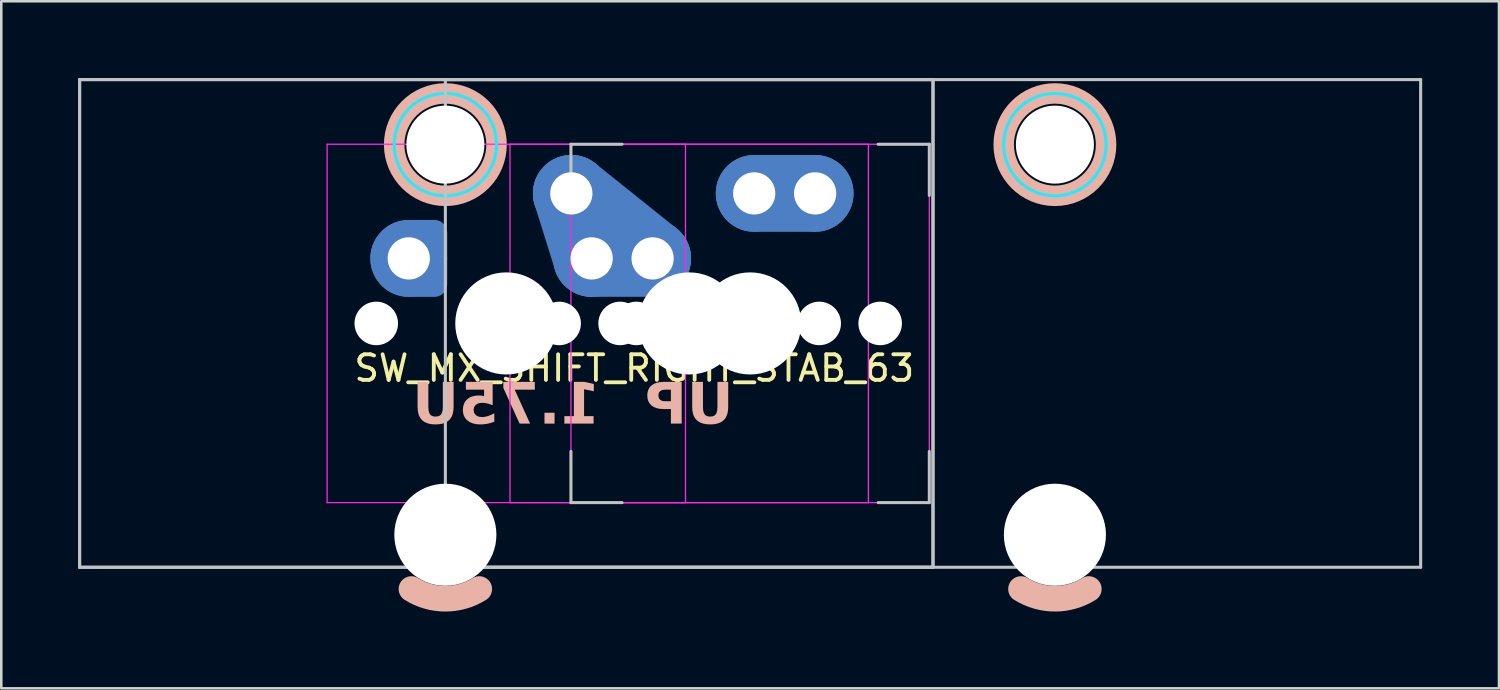
<source format=kicad_pcb>
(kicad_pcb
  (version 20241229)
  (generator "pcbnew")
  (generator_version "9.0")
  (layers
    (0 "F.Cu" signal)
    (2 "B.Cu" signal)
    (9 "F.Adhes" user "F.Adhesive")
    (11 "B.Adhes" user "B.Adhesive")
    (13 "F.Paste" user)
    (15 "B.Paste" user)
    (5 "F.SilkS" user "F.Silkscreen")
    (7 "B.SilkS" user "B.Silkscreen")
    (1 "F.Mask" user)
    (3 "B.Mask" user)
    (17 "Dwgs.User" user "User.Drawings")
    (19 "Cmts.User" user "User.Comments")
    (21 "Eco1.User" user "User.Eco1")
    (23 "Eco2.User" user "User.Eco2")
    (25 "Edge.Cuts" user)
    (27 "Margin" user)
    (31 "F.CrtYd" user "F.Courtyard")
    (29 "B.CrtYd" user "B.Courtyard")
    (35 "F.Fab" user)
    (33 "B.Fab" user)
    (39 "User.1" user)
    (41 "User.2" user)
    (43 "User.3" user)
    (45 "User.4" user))
  (footprint "SW_MX_SHIFT_RIGHT_STAB_63"
    (layer "F.Cu")
    (at 16.729 9.585)
    (property "Reference" "SW_MX_SHIFT_RIGHT_STAB_63" (at 5 1.75 0) (layer "F.SilkS") (effects (font (size 1 1) (thickness 0.15))))
    (attr through_hole exclude_from_pos_files exclude_from_bom)
    (fp_arc (start -1.056252 10.374995) (mid -2.38125 10.755) (end -3.706248 10.374995) (stroke (width 1) (type default)) (layer "B.SilkS"))
    (fp_arc (start 22.756248 10.374995) (mid 21.43125 10.755) (end 20.106252 10.374995) (stroke (width 1) (type default)) (layer "B.SilkS"))
    (fp_circle (center -2.381 -6.985) (end -4.381 -6.985) (stroke (width 0.8) (type solid)) (fill no) (layer "B.SilkS"))
    (fp_circle (center 21.431 -6.985) (end 19.431 -6.985) (stroke (width 0.8) (type solid)) (fill no) (layer "B.SilkS"))
    (fp_line (start -16.669 -9.525) (end -16.669 9.525) (stroke (width 0.12) (type solid)) (layer "Dwgs.User"))
    (fp_line (start -16.669 -9.525) (end -16.669 9.525) (stroke (width 0.12) (type solid)) (layer "Dwgs.User"))
    (fp_line (start -16.669 -9.525) (end 35.719 -9.525) (stroke (width 0.12) (type solid)) (layer "Dwgs.User"))
    (fp_line (start -16.669 9.525) (end 16.669 9.525) (stroke (width 0.12) (type solid)) (layer "Dwgs.User"))
    (fp_line (start -16.669 9.525) (end 35.719 9.525) (stroke (width 0.12) (type solid)) (layer "Dwgs.User"))
    (fp_line (start -2.381 -9.525) (end -2.381 9.525) (stroke (width 0.12) (type solid)) (layer "Dwgs.User"))
    (fp_line (start -2.381 9.525) (end 16.669 9.525) (stroke (width 0.12) (type solid)) (layer "Dwgs.User"))
    (fp_line (start 2.525 -7) (end 4.525 -7) (stroke (width 0.12) (type solid)) (layer "Dwgs.User"))
    (fp_line (start 2.525 -5) (end 2.525 -7) (stroke (width 0.12) (type solid)) (layer "Dwgs.User"))
    (fp_line (start 2.525 7) (end 2.525 5) (stroke (width 0.12) (type solid)) (layer "Dwgs.User"))
    (fp_line (start 4.525 7) (end 2.525 7) (stroke (width 0.12) (type solid)) (layer "Dwgs.User"))
    (fp_line (start 14.525 -7) (end 16.525 -7) (stroke (width 0.12) (type solid)) (layer "Dwgs.User"))
    (fp_line (start 14.525 7) (end 16.525 7) (stroke (width 0.12) (type solid)) (layer "Dwgs.User"))
    (fp_line (start 16.525 -7) (end 16.525 -5) (stroke (width 0.12) (type solid)) (layer "Dwgs.User"))
    (fp_line (start 16.525 7) (end 16.525 5) (stroke (width 0.12) (type solid)) (layer "Dwgs.User"))
    (fp_line (start 16.669 -9.525) (end -16.669 -9.525) (stroke (width 0.12) (type solid)) (layer "Dwgs.User"))
    (fp_line (start 16.669 -9.525) (end -2.381 -9.525) (stroke (width 0.12) (type solid)) (layer "Dwgs.User"))
    (fp_line (start 16.669 9.525) (end 16.669 -9.525) (stroke (width 0.12) (type solid)) (layer "Dwgs.User"))
    (fp_line (start 16.669 9.525) (end 16.669 -9.525) (stroke (width 0.12) (type solid)) (layer "Dwgs.User"))
    (fp_line (start 35.719 -9.525) (end 35.719 9.525) (stroke (width 0.12) (type solid)) (layer "Dwgs.User"))
    (fp_circle (center -3.81 -2.54) (end -3.81 -2.29) (stroke (width 0.1) (type default)) (fill no) (layer "Cmts.User"))
    (fp_line (start -7 6.5) (end -7 -6.5) (stroke (width 0.05) (type solid)) (layer "Eco2.User"))
    (fp_line (start -6.5 -7) (end 6.5 -7) (stroke (width 0.05) (type solid)) (layer "Eco2.User"))
    (fp_line (start -5.756 -5.5) (end -5.756 7.5) (stroke (width 0.05) (type solid)) (layer "Eco2.User"))
    (fp_line (start -5.256 -6) (end 0.494 -6) (stroke (width 0.05) (type solid)) (layer "Eco2.User"))
    (fp_line (start -5.256 8) (end 0.494 8) (stroke (width 0.05) (type solid)) (layer "Eco2.User"))
    (fp_line (start 0.144 6.5) (end 0.144 -6.5) (stroke (width 0.05) (type solid)) (layer "Eco2.User"))
    (fp_line (start 0.644 -7) (end 13.644 -7) (stroke (width 0.05) (type solid)) (layer "Eco2.User"))
    (fp_line (start 0.994 -5.5) (end 0.994 7.5) (stroke (width 0.05) (type solid)) (layer "Eco2.User"))
    (fp_line (start 2.525 6.5) (end 2.525 -6.5) (stroke (width 0.05) (type solid)) (layer "Eco2.User"))
    (fp_line (start 3.025 -7) (end 16.025 -7) (stroke (width 0.05) (type solid)) (layer "Eco2.User"))
    (fp_line (start 6.5 7) (end -6.5 7) (stroke (width 0.05) (type solid)) (layer "Eco2.User"))
    (fp_line (start 7 -6.5) (end 7 6.5) (stroke (width 0.05) (type solid)) (layer "Eco2.User"))
    (fp_line (start 13.644 7) (end 0.644 7) (stroke (width 0.05) (type solid)) (layer "Eco2.User"))
    (fp_line (start 14.144 -6.5) (end 14.144 6.5) (stroke (width 0.05) (type solid)) (layer "Eco2.User"))
    (fp_line (start 16.025 7) (end 3.025 7) (stroke (width 0.05) (type solid)) (layer "Eco2.User"))
    (fp_line (start 16.525 -6.5) (end 16.525 6.5) (stroke (width 0.05) (type solid)) (layer "Eco2.User"))
    (fp_line (start 18.056 -5.5) (end 18.056 7.5) (stroke (width 0.05) (type solid)) (layer "Eco2.User"))
    (fp_line (start 18.556 -6) (end 24.305 -6) (stroke (width 0.05) (type solid)) (layer "Eco2.User"))
    (fp_line (start 18.556 8) (end 24.306 8) (stroke (width 0.05) (type solid)) (layer "Eco2.User"))
    (fp_line (start 24.805 -5.5) (end 24.806 7.5) (stroke (width 0.05) (type solid)) (layer "Eco2.User"))
    (fp_arc (start -7 -6.5) (mid -6.853553 -6.853553) (end -6.5 -7) (stroke (width 0.05) (type solid)) (layer "Eco2.User"))
    (fp_arc (start -6.5 7) (mid -6.853553 6.853553) (end -7 6.5) (stroke (width 0.05) (type solid)) (layer "Eco2.User"))
    (fp_arc (start -5.75625 -5.499999) (mid -5.609803 -5.853552) (end -5.25625 -5.999999) (stroke (width 0.05) (type solid)) (layer "Eco2.User"))
    (fp_arc (start -5.25625 8.000001) (mid -5.609803 7.853554) (end -5.75625 7.500001) (stroke (width 0.05) (type solid)) (layer "Eco2.User"))
    (fp_arc (start 0.14375 -6.5) (mid 0.290197 -6.853553) (end 0.64375 -7) (stroke (width 0.05) (type solid)) (layer "Eco2.User"))
    (fp_arc (start 0.49375 -5.999999) (mid 0.847303 -5.853552) (end 0.99375 -5.499999) (stroke (width 0.05) (type solid)) (layer "Eco2.User"))
    (fp_arc (start 0.64375 7) (mid 0.290197 6.853553) (end 0.14375 6.5) (stroke (width 0.05) (type solid)) (layer "Eco2.User"))
    (fp_arc (start 0.99375 7.500001) (mid 0.847303 7.853554) (end 0.49375 8.000001) (stroke (width 0.05) (type solid)) (layer "Eco2.User"))
    (fp_arc (start 2.525 -6.5) (mid 2.671447 -6.853553) (end 3.025 -7) (stroke (width 0.05) (type solid)) (layer "Eco2.User"))
    (fp_arc (start 3.025 7) (mid 2.671447 6.853553) (end 2.525 6.5) (stroke (width 0.05) (type solid)) (layer "Eco2.User"))
    (fp_arc (start 6.5 -7) (mid 6.853553 -6.853553) (end 7 -6.5) (stroke (width 0.05) (type solid)) (layer "Eco2.User"))
    (fp_arc (start 6.997236 6.498884) (mid 6.850806 6.852454) (end 6.497236 6.998884) (stroke (width 0.05) (type solid)) (layer "Eco2.User"))
    (fp_arc (start 13.64375 -7) (mid 13.997303 -6.853553) (end 14.14375 -6.5) (stroke (width 0.05) (type solid)) (layer "Eco2.User"))
    (fp_arc (start 14.140986 6.498884) (mid 13.994534 6.852432) (end 13.640986 6.998884) (stroke (width 0.05) (type solid)) (layer "Eco2.User"))
    (fp_arc (start 16.025 -7) (mid 16.378553 -6.853553) (end 16.525 -6.5) (stroke (width 0.05) (type solid)) (layer "Eco2.User"))
    (fp_arc (start 16.522236 6.498884) (mid 16.375806 6.852455) (end 16.022236 6.998884) (stroke (width 0.05) (type solid)) (layer "Eco2.User"))
    (fp_arc (start 18.05625 -5.499999) (mid 18.202693 -5.853571) (end 18.55625 -5.999999) (stroke (width 0.05) (type solid)) (layer "Eco2.User"))
    (fp_arc (start 18.55625 8.000001) (mid 18.202729 7.853537) (end 18.05625 7.500001) (stroke (width 0.05) (type solid)) (layer "Eco2.User"))
    (fp_arc (start 24.305039 -5.999999) (mid 24.658567 -5.853539) (end 24.805039 -5.499999) (stroke (width 0.05) (type solid)) (layer "Eco2.User"))
    (fp_arc (start 24.80625 7.500001) (mid 24.659806 7.853571) (end 24.30625 8.000001) (stroke (width 0.05) (type solid)) (layer "Eco2.User"))
    (fp_circle (center -2.381 -6.985) (end -0.381 -6.985) (stroke (width 0.12) (type solid)) (fill no) (layer "B.CrtYd"))
    (fp_circle (center 21.431 -6.985) (end 23.431 -6.985) (stroke (width 0.12) (type solid)) (fill no) (layer "B.CrtYd"))
    (fp_line (start -7 -7) (end -7 7) (stroke (width 0.05) (type solid)) (layer "F.CrtYd"))
    (fp_line (start -7 7) (end 7 7) (stroke (width 0.05) (type solid)) (layer "F.CrtYd"))
    (fp_line (start 0.144 -7) (end 0.144 7) (stroke (width 0.05) (type solid)) (layer "F.CrtYd"))
    (fp_line (start 0.144 7) (end 14.144 7) (stroke (width 0.05) (type solid)) (layer "F.CrtYd"))
    (fp_line (start 2.525 -7) (end 2.525 7) (stroke (width 0.05) (type solid)) (layer "F.CrtYd"))
    (fp_line (start 2.525 7) (end 16.525 7) (stroke (width 0.05) (type solid)) (layer "F.CrtYd"))
    (fp_line (start 7 -7) (end -7 -7) (stroke (width 0.05) (type solid)) (layer "F.CrtYd"))
    (fp_line (start 7 7) (end 7 -7) (stroke (width 0.05) (type solid)) (layer "F.CrtYd"))
    (fp_line (start 14.144 -7) (end 0.144 -7) (stroke (width 0.05) (type solid)) (layer "F.CrtYd"))
    (fp_line (start 14.144 7) (end 14.144 -7) (stroke (width 0.05) (type solid)) (layer "F.CrtYd"))
    (fp_line (start 16.525 -7) (end 2.525 -7) (stroke (width 0.05) (type solid)) (layer "F.CrtYd"))
    (fp_line (start 16.525 7) (end 16.525 -7) (stroke (width 0.05) (type solid)) (layer "F.CrtYd"))
    (fp_text user "1.75U" (at 0 3.25 0) (layer "B.SilkS") (effects (font (face "Hitmo2.0") (size 1.6 1.6) (thickness 0.3) (bold yes)) (justify mirror)))
    (fp_text user "UP" (at 7.144 3.25 0) (layer "B.SilkS") (effects (font (face "Hitmo2.0") (size 1.6 1.6) (thickness 0.3) (bold yes)) (justify mirror)))
    (pad "" np_thru_hole circle (at -5.08 0) (size 1.7 1.7) (drill 1.7) (layers "*.Cu" "*.Mask"))
    (pad "" np_thru_hole circle (at -2.381 -6.985) (size 3.048 3.048) (drill 3.048) (layers "*.Cu" "*.Mask"))
    (pad "" np_thru_hole circle (at -2.381 8.255) (size 3.988 3.988) (drill 3.988) (layers "*.Cu" "*.Mask"))
    (pad "" np_thru_hole circle (at 0 0) (size 3.988 3.988) (drill 3.988) (layers "*.Cu" "*.Mask"))
    (pad "" np_thru_hole circle (at 2.064 0) (size 1.7 1.7) (drill 1.7) (layers "*.Cu" "*.Mask"))
    (pad "" np_thru_hole circle (at 4.445 0) (size 1.7 1.7) (drill 1.7) (layers "*.Cu" "*.Mask"))
    (pad "" np_thru_hole circle (at 5.08 0) (size 1.7 1.7) (drill 1.7) (layers "*.Cu" "*.Mask"))
    (pad "" np_thru_hole circle (at 7.144 0) (size 3.988 3.988) (drill 3.988) (layers "*.Cu" "*.Mask"))
    (pad "" np_thru_hole circle (at 9.525 0) (size 3.988 3.988) (drill 3.988) (layers "*.Cu" "*.Mask"))
    (pad "" np_thru_hole circle (at 12.224 0) (size 1.7 1.7) (drill 1.7) (layers "*.Cu" "*.Mask"))
    (pad "" np_thru_hole circle (at 14.605 0) (size 1.7 1.7) (drill 1.7) (layers "*.Cu" "*.Mask"))
    (pad "" np_thru_hole circle (at 21.431 -6.985) (size 3.048 3.048) (drill 3.048) (layers "*.Cu" "*.Mask"))
    (pad "" np_thru_hole circle (at 21.431 8.255) (size 3.988 3.988) (drill 3.988) (layers "*.Cu" "*.Mask"))
    (pad "1" thru_hole circle (at 2.54 -5.08) (size 2 2) (drill 1.65) (layers "*.Cu") (remove_unused_layers yes) (keep_end_layers yes) (zone_layer_connections))
    (pad "1" smd circle (at 2.54 -5.08) (size 2.7 2.7) (layers "B.Cu" "B.Mask"))
    (pad "1" smd circle (at 2.54 -5.08) (size 3 3) (layers "B.Cu"))
    (pad "1" smd oval (at 2.937 -3.81 197.4) (size 2 4.661) (layers "F.Cu"))
    (pad "1" smd oval (at 2.937 -3.81 197.4) (size 3 5.661) (layers "B.Cu"))
    (pad "1" thru_hole circle (at 3.334 -2.54) (size 2 2) (drill 1.65) (layers "*.Cu") (remove_unused_layers yes) (keep_end_layers yes) (zone_layer_connections))
    (pad "1" smd circle (at 3.334 -2.54) (size 2.7 2.7) (layers "B.Cu" "B.Mask"))
    (pad "1" smd circle (at 3.334 -2.54) (size 3 3) (layers "B.Cu"))
    (pad "1" smd oval (at 4.128 -3.81 321.3) (size 6.033 2) (layers "F.Cu"))
    (pad "1" smd oval (at 4.128 -3.81 321.3) (size 7.066 3) (layers "B.Cu"))
    (pad "1" smd oval (at 4.524 -2.54) (size 4.381 2) (layers "F.Cu"))
    (pad "1" smd oval (at 4.524 -2.54) (size 5.381 3) (layers "B.Cu"))
    (pad "1" thru_hole circle (at 5.715 -2.54) (size 2 2) (drill 1.65) (layers "*.Cu") (remove_unused_layers yes) (keep_end_layers yes) (zone_layer_connections))
    (pad "1" smd circle (at 5.715 -2.54) (size 2.7 2.7) (layers "B.Cu" "B.Mask"))
    (pad "1" smd circle (at 5.715 -2.54) (size 3 3) (layers "B.Cu"))
    (pad "2" thru_hole circle (at -3.81 -2.54) (size 2 2) (drill 1.65) (layers "*.Cu") (remove_unused_layers yes) (keep_end_layers yes) (zone_layer_connections))
    (pad "2" smd custom (at -3.81 -2.54) (size 2.7 2.7) (layers "B.Cu" "B.Mask") (options (anchor circle)) (primitives (gr_poly (pts (arc (start 0 1.35) (mid -1.35 0) (end 0 -1.35)) (arc (start 0.9 -1.35) (mid 1.218198 -1.218198) (end 1.35 -0.9)) (arc (start 1.35 0.9) (mid 1.218198 1.218198) (end 0.9 1.35))) (width 0.004) (fill yes))))
    (pad "2" smd circle (at -3.81 -2.54 180) (size 3 3) (layers "B.Cu"))
    (pad "2" smd custom (at -3.81 -2.54) (size 3 3) (layers "B.Cu") (options (anchor circle)) (primitives (gr_poly (pts (arc (start 0 1.5) (mid -1.5 0) (end 0 -1.5)) (arc (start 1 -1.5) (mid 1.353554 -1.353554) (end 1.5 -1)) (arc (start 1.5 1) (mid 1.353554 1.353554) (end 1 1.5))) (width 0.004) (fill yes))))
    (pad "2" thru_hole circle (at 9.684 -5.08) (size 2 2) (drill 1.65) (layers "*.Cu") (remove_unused_layers yes) (keep_end_layers yes) (zone_layer_connections))
    (pad "2" smd circle (at 9.684 -5.08) (size 2.5 2.5) (layers "B.Cu" "B.Mask"))
    (pad "2" smd circle (at 9.684 -5.08) (size 3 3) (layers "B.Cu"))
    (pad "2" smd oval (at 10.874 -5.08) (size 4.381 2) (layers "F.Cu"))
    (pad "2" smd oval (at 10.874 -5.08) (size 5.381 3) (layers "B.Cu"))
    (pad "2" thru_hole circle (at 12.065 -5.08) (size 2 2) (drill 1.65) (layers "*.Cu") (remove_unused_layers yes) (keep_end_layers yes) (zone_layer_connections))
    (pad "2" smd circle (at 12.065 -5.08) (size 2.5 2.5) (layers "B.Cu" "B.Mask"))
    (pad "2" smd circle (at 12.065 -5.08) (size 3 3) (layers "B.Cu")))
  (gr_rect
    (start -3 -3)
    (end 55.508 23.84)
    (stroke (width 0.1) (type default))
    (fill no)
    (layer "Edge.Cuts")))
</source>
